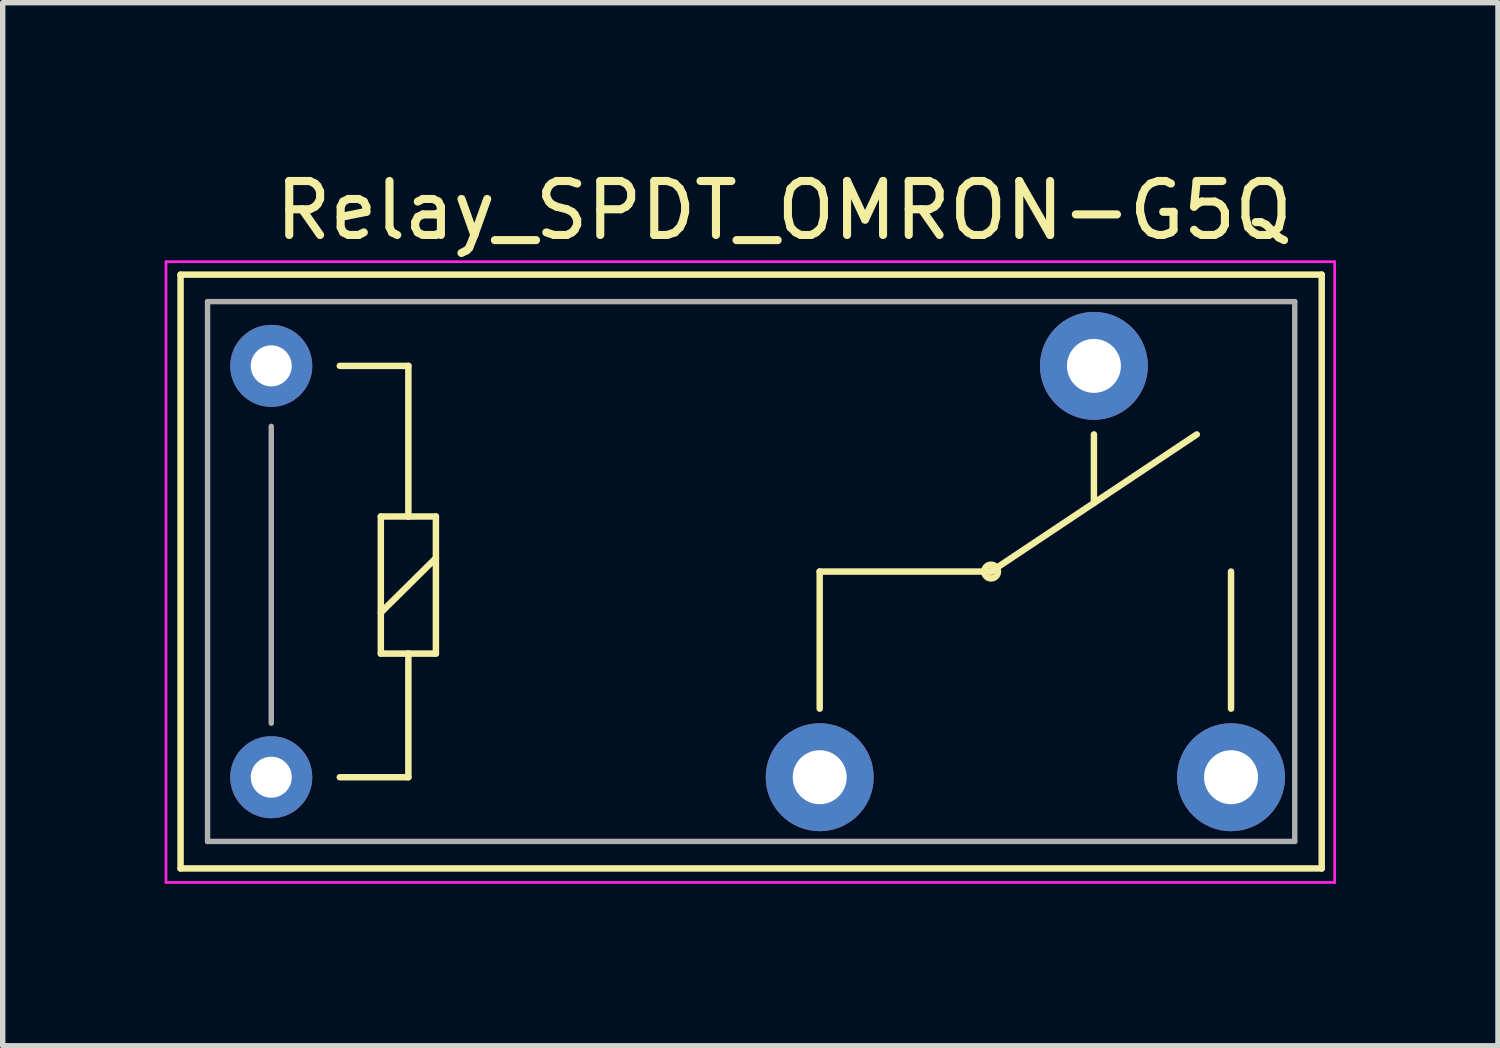
<source format=kicad_pcb>
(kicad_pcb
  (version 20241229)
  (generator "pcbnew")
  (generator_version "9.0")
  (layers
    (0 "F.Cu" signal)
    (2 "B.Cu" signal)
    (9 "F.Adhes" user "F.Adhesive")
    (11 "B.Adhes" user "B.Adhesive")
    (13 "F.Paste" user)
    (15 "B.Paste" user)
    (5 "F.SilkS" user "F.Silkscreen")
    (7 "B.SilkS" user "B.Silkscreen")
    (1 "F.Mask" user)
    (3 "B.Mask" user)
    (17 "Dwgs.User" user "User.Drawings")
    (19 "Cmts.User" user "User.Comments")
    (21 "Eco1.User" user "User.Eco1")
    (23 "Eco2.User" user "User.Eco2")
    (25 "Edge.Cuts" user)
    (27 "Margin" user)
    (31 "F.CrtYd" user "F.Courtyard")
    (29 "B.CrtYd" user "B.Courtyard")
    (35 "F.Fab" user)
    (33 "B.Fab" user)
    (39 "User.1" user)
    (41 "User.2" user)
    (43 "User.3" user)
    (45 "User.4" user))
  (footprint "Relay_SPDT_OMRON-G5Q"
    (layer "F.Cu")
    (at 1.975 11.348)
    (property "Reference" "Relay_SPDT_OMRON-G5Q" (at 9.5 -10.5 180) (layer "F.SilkS") (effects (font (size 1 1) (thickness 0.15))))
    (attr through_hole)
    (fp_line (start -1.68 -9.31) (end 19.46 -9.31) (stroke (width 0.12) (type solid)) (layer "F.SilkS"))
    (fp_line (start -1.68 1.69) (end -1.68 -9.31) (stroke (width 0.12) (type solid)) (layer "F.SilkS"))
    (fp_line (start -1.68 1.69) (end 19.46 1.69) (stroke (width 0.12) (type solid)) (layer "F.SilkS"))
    (fp_line (start 1.27 0) (end 2.54 0) (stroke (width 0.12) (type solid)) (layer "F.SilkS"))
    (fp_line (start 2.03 -4.83) (end 2.54 -4.83) (stroke (width 0.12) (type solid)) (layer "F.SilkS"))
    (fp_line (start 2.03 -3.05) (end 3.05 -4.06) (stroke (width 0.12) (type solid)) (layer "F.SilkS"))
    (fp_line (start 2.03 -2.29) (end 2.03 -4.83) (stroke (width 0.12) (type solid)) (layer "F.SilkS"))
    (fp_line (start 2.54 -7.62) (end 1.27 -7.62) (stroke (width 0.12) (type solid)) (layer "F.SilkS"))
    (fp_line (start 2.54 -4.83) (end 2.54 -7.62) (stroke (width 0.12) (type solid)) (layer "F.SilkS"))
    (fp_line (start 2.54 -4.83) (end 3.05 -4.83) (stroke (width 0.12) (type solid)) (layer "F.SilkS"))
    (fp_line (start 2.54 -2.29) (end 2.03 -2.29) (stroke (width 0.12) (type solid)) (layer "F.SilkS"))
    (fp_line (start 2.54 0) (end 2.54 -2.29) (stroke (width 0.12) (type solid)) (layer "F.SilkS"))
    (fp_line (start 3.05 -4.83) (end 3.05 -2.29) (stroke (width 0.12) (type solid)) (layer "F.SilkS"))
    (fp_line (start 3.05 -2.29) (end 2.54 -2.29) (stroke (width 0.12) (type solid)) (layer "F.SilkS"))
    (fp_line (start 10.16 -3.81) (end 13.335 -3.81) (stroke (width 0.12) (type solid)) (layer "F.SilkS"))
    (fp_line (start 10.16 -1.27) (end 10.16 -3.81) (stroke (width 0.12) (type solid)) (layer "F.SilkS"))
    (fp_line (start 13.335 -3.81) (end 17.145 -6.35) (stroke (width 0.12) (type solid)) (layer "F.SilkS"))
    (fp_line (start 15.24 -6.35) (end 15.24 -5.08) (stroke (width 0.12) (type solid)) (layer "F.SilkS"))
    (fp_line (start 17.78 -1.27) (end 17.78 -3.81) (stroke (width 0.12) (type solid)) (layer "F.SilkS"))
    (fp_line (start 19.46 1.69) (end 19.46 -9.31) (stroke (width 0.12) (type solid)) (layer "F.SilkS"))
    (fp_circle (center 13.335 -3.81) (end 13.462 -3.81) (stroke (width 0.12) (type solid)) (fill no) (layer "F.SilkS"))
    (fp_line (start -1.95 -9.55) (end 19.7 -9.55) (stroke (width 0.05) (type solid)) (layer "F.CrtYd"))
    (fp_line (start -1.95 1.95) (end -1.95 -9.55) (stroke (width 0.05) (type solid)) (layer "F.CrtYd"))
    (fp_line (start 19.7 -9.55) (end 19.7 1.95) (stroke (width 0.05) (type solid)) (layer "F.CrtYd"))
    (fp_line (start 19.7 1.95) (end -1.95 1.95) (stroke (width 0.05) (type solid)) (layer "F.CrtYd"))
    (fp_line (start -1.18 -8.81) (end 18.96 -8.81) (stroke (width 0.1) (type solid)) (layer "F.Fab"))
    (fp_line (start -1.18 1.19) (end -1.18 -8.81) (stroke (width 0.1) (type solid)) (layer "F.Fab"))
    (fp_line (start 0 -1) (end 0 -6.5) (stroke (width 0.1) (type solid)) (layer "F.Fab"))
    (fp_line (start 18.96 -8.81) (end 18.96 1.19) (stroke (width 0.1) (type solid)) (layer "F.Fab"))
    (fp_line (start 18.96 1.19) (end -1.18 1.19) (stroke (width 0.1) (type solid)) (layer "F.Fab"))
    (pad "1" thru_hole circle (at 0 0 180) (size 1.52 1.52) (drill 0.76) (layers "*.Cu" "*.Mask"))
    (pad "2" thru_hole circle (at 10.16 0 180) (size 2 2) (drill 1) (layers "*.Cu" "*.Mask"))
    (pad "3" thru_hole circle (at 17.78 0 180) (size 2 2) (drill 1) (layers "*.Cu" "*.Mask"))
    (pad "4" thru_hole circle (at 15.24 -7.62 180) (size 2 2) (drill 1) (layers "*.Cu" "*.Mask"))
    (pad "5" thru_hole circle (at 0 -7.62 180) (size 1.52 1.52) (drill 0.76) (layers "*.Cu" "*.Mask")))
  (gr_rect
    (start -3 -3)
    (end 24.7 16.323)
    (stroke (width 0.1) (type default))
    (fill no)
    (layer "Edge.Cuts")))
</source>
